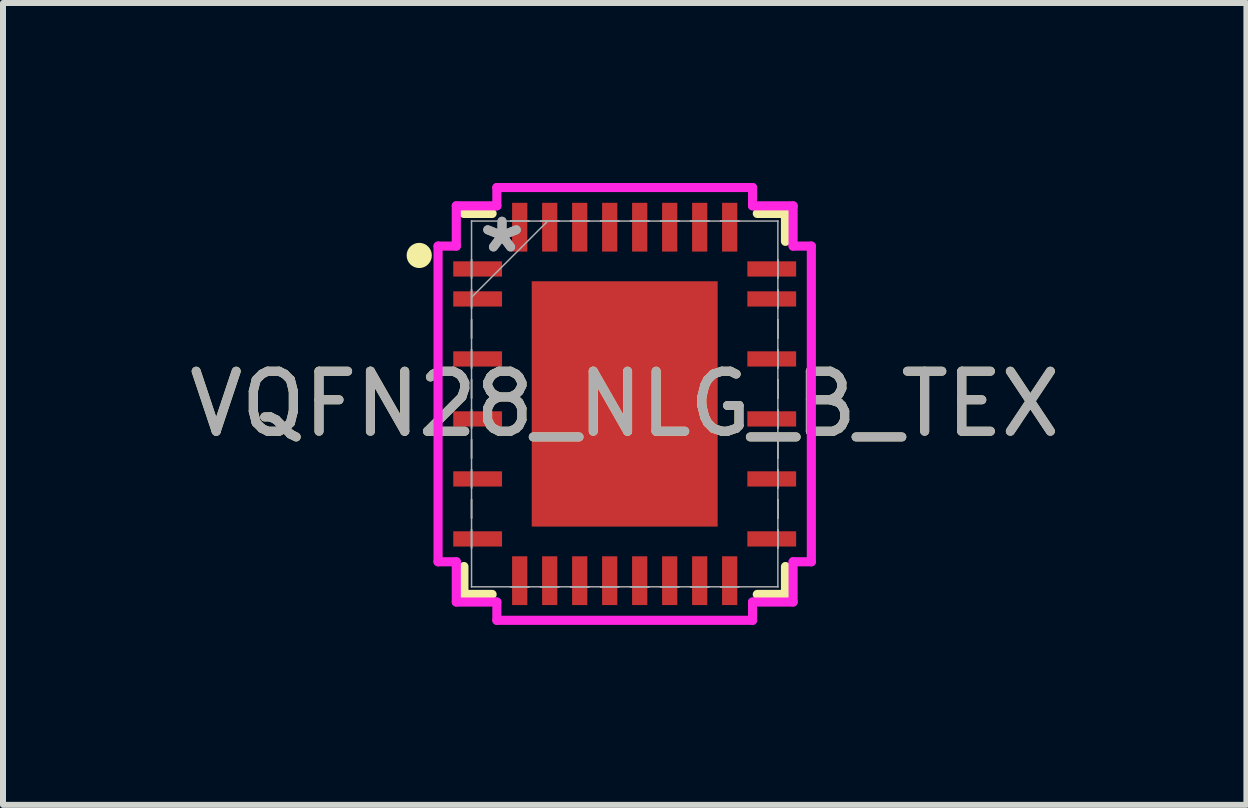
<source format=kicad_pcb>
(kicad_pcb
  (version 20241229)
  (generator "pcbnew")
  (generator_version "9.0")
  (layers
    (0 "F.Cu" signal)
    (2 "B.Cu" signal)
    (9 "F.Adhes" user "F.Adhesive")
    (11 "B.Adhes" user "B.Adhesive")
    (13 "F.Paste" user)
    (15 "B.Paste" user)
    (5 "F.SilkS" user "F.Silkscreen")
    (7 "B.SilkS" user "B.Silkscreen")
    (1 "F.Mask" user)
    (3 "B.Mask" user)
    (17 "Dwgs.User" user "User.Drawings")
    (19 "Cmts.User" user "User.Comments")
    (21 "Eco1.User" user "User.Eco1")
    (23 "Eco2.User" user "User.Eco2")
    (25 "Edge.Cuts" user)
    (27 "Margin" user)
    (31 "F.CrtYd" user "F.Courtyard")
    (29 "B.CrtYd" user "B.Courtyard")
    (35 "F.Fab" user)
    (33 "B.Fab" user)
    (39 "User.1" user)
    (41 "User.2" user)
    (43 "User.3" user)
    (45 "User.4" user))
  (footprint "VQFN28_NLG_B_TEX"
    (layer "F.Cu")
    (at 7.363 3.683)
    (property "Reference" "VQFN28_NLG_B_TEX" (at 0 0 0) (unlocked yes) (layer "F.SilkS") (effects (font (size 1 1) (thickness 0.15))))
    (attr smd)
    (fp_line (start -2.68 2.71) (end -2.68 3.175) (stroke (width 0.152) (type solid)) (layer "F.SilkS"))
    (fp_line (start -2.68 3.175) (end -2.21 3.175) (stroke (width 0.152) (type solid)) (layer "F.SilkS"))
    (fp_line (start -2.21 -3.175) (end -2.68 -3.175) (stroke (width 0.152) (type solid)) (layer "F.SilkS"))
    (fp_line (start 2.21 3.175) (end 2.68 3.175) (stroke (width 0.152) (type solid)) (layer "F.SilkS"))
    (fp_line (start 2.68 -3.175) (end 2.21 -3.175) (stroke (width 0.152) (type solid)) (layer "F.SilkS"))
    (fp_line (start 2.68 -2.71) (end 2.68 -3.175) (stroke (width 0.152) (type solid)) (layer "F.SilkS"))
    (fp_line (start 2.68 3.175) (end 2.68 2.71) (stroke (width 0.152) (type solid)) (layer "F.SilkS"))
    (fp_circle (center -3.425 -2.475) (end -3.275 -2.475) (stroke (width 0.12) (type solid)) (fill yes) (layer "F.SilkS"))
    (fp_poly (pts (xy -1.449 -1.945) (xy -1.449 -0.782) (xy -0.1 -0.782) (xy -0.1 -1.945)) (stroke (width 0) (type solid)) (fill yes) (layer "F.Paste"))
    (fp_poly (pts (xy -1.449 -0.582) (xy -1.449 0.582) (xy -0.1 0.582) (xy -0.1 -0.582)) (stroke (width 0) (type solid)) (fill yes) (layer "F.Paste"))
    (fp_poly (pts (xy -1.449 0.782) (xy -1.449 1.945) (xy -0.1 1.945) (xy -0.1 0.782)) (stroke (width 0) (type solid)) (fill yes) (layer "F.Paste"))
    (fp_poly (pts (xy 0.1 -1.945) (xy 0.1 -0.782) (xy 1.449 -0.782) (xy 1.449 -1.945)) (stroke (width 0) (type solid)) (fill yes) (layer "F.Paste"))
    (fp_poly (pts (xy 0.1 -0.582) (xy 0.1 0.582) (xy 1.449 0.582) (xy 1.449 -0.582)) (stroke (width 0) (type solid)) (fill yes) (layer "F.Paste"))
    (fp_poly (pts (xy 0.1 0.782) (xy 0.1 1.945) (xy 1.449 1.945) (xy 1.449 0.782)) (stroke (width 0) (type solid)) (fill yes) (layer "F.Paste"))
    (fp_line (start -3.111 -2.631) (end -2.807 -2.631) (stroke (width 0.152) (type solid)) (layer "F.CrtYd"))
    (fp_line (start -3.111 2.631) (end -3.111 -2.631) (stroke (width 0.152) (type solid)) (layer "F.CrtYd"))
    (fp_line (start -2.807 -3.302) (end -2.131 -3.302) (stroke (width 0.152) (type solid)) (layer "F.CrtYd"))
    (fp_line (start -2.807 -2.631) (end -2.807 -3.302) (stroke (width 0.152) (type solid)) (layer "F.CrtYd"))
    (fp_line (start -2.807 2.631) (end -3.111 2.631) (stroke (width 0.152) (type solid)) (layer "F.CrtYd"))
    (fp_line (start -2.807 3.302) (end -2.807 2.631) (stroke (width 0.152) (type solid)) (layer "F.CrtYd"))
    (fp_line (start -2.131 -3.607) (end 2.131 -3.607) (stroke (width 0.152) (type solid)) (layer "F.CrtYd"))
    (fp_line (start -2.131 -3.302) (end -2.131 -3.607) (stroke (width 0.152) (type solid)) (layer "F.CrtYd"))
    (fp_line (start -2.131 3.302) (end -2.807 3.302) (stroke (width 0.152) (type solid)) (layer "F.CrtYd"))
    (fp_line (start -2.131 3.607) (end -2.131 3.302) (stroke (width 0.152) (type solid)) (layer "F.CrtYd"))
    (fp_line (start 2.131 -3.607) (end 2.131 -3.302) (stroke (width 0.152) (type solid)) (layer "F.CrtYd"))
    (fp_line (start 2.131 -3.302) (end 2.807 -3.302) (stroke (width 0.152) (type solid)) (layer "F.CrtYd"))
    (fp_line (start 2.131 3.302) (end 2.131 3.607) (stroke (width 0.152) (type solid)) (layer "F.CrtYd"))
    (fp_line (start 2.131 3.607) (end -2.131 3.607) (stroke (width 0.152) (type solid)) (layer "F.CrtYd"))
    (fp_line (start 2.807 -3.302) (end 2.807 -2.631) (stroke (width 0.152) (type solid)) (layer "F.CrtYd"))
    (fp_line (start 2.807 -2.631) (end 3.111 -2.631) (stroke (width 0.152) (type solid)) (layer "F.CrtYd"))
    (fp_line (start 2.807 2.631) (end 2.807 3.302) (stroke (width 0.152) (type solid)) (layer "F.CrtYd"))
    (fp_line (start 2.807 3.302) (end 2.131 3.302) (stroke (width 0.152) (type solid)) (layer "F.CrtYd"))
    (fp_line (start 3.111 -2.631) (end 3.111 2.631) (stroke (width 0.152) (type solid)) (layer "F.CrtYd"))
    (fp_line (start 3.111 2.631) (end 2.807 2.631) (stroke (width 0.152) (type solid)) (layer "F.CrtYd"))
    (fp_line (start -2.553 -3.048) (end -2.553 -3.048) (stroke (width 0.025) (type solid)) (layer "F.Fab"))
    (fp_line (start -2.553 -3.048) (end -2.553 3.048) (stroke (width 0.025) (type solid)) (layer "F.Fab"))
    (fp_line (start -2.553 -2.402) (end -2.553 -2.402) (stroke (width 0.025) (type solid)) (layer "F.Fab"))
    (fp_line (start -2.553 -2.402) (end -2.553 -2.098) (stroke (width 0.025) (type solid)) (layer "F.Fab"))
    (fp_line (start -2.553 -2.098) (end -2.553 -2.402) (stroke (width 0.025) (type solid)) (layer "F.Fab"))
    (fp_line (start -2.553 -2.098) (end -2.553 -2.098) (stroke (width 0.025) (type solid)) (layer "F.Fab"))
    (fp_line (start -2.553 -1.902) (end -2.553 -1.902) (stroke (width 0.025) (type solid)) (layer "F.Fab"))
    (fp_line (start -2.553 -1.902) (end -2.553 -1.598) (stroke (width 0.025) (type solid)) (layer "F.Fab"))
    (fp_line (start -2.553 -1.778) (end -1.283 -3.048) (stroke (width 0.025) (type solid)) (layer "F.Fab"))
    (fp_line (start -2.553 -1.598) (end -2.553 -1.902) (stroke (width 0.025) (type solid)) (layer "F.Fab"))
    (fp_line (start -2.553 -1.598) (end -2.553 -1.598) (stroke (width 0.025) (type solid)) (layer "F.Fab"))
    (fp_line (start -2.553 -1.402) (end -2.553 -1.402) (stroke (width 0.025) (type solid)) (layer "F.Fab"))
    (fp_line (start -2.553 -1.402) (end -2.553 -1.098) (stroke (width 0.025) (type solid)) (layer "F.Fab"))
    (fp_line (start -2.553 -1.098) (end -2.553 -1.402) (stroke (width 0.025) (type solid)) (layer "F.Fab"))
    (fp_line (start -2.553 -1.098) (end -2.553 -1.098) (stroke (width 0.025) (type solid)) (layer "F.Fab"))
    (fp_line (start -2.553 -0.902) (end -2.553 -0.902) (stroke (width 0.025) (type solid)) (layer "F.Fab"))
    (fp_line (start -2.553 -0.902) (end -2.553 -0.598) (stroke (width 0.025) (type solid)) (layer "F.Fab"))
    (fp_line (start -2.553 -0.598) (end -2.553 -0.902) (stroke (width 0.025) (type solid)) (layer "F.Fab"))
    (fp_line (start -2.553 -0.598) (end -2.553 -0.598) (stroke (width 0.025) (type solid)) (layer "F.Fab"))
    (fp_line (start -2.553 -0.402) (end -2.553 -0.402) (stroke (width 0.025) (type solid)) (layer "F.Fab"))
    (fp_line (start -2.553 -0.402) (end -2.553 -0.098) (stroke (width 0.025) (type solid)) (layer "F.Fab"))
    (fp_line (start -2.553 -0.098) (end -2.553 -0.402) (stroke (width 0.025) (type solid)) (layer "F.Fab"))
    (fp_line (start -2.553 -0.098) (end -2.553 -0.098) (stroke (width 0.025) (type solid)) (layer "F.Fab"))
    (fp_line (start -2.553 0.098) (end -2.553 0.098) (stroke (width 0.025) (type solid)) (layer "F.Fab"))
    (fp_line (start -2.553 0.098) (end -2.553 0.402) (stroke (width 0.025) (type solid)) (layer "F.Fab"))
    (fp_line (start -2.553 0.402) (end -2.553 0.098) (stroke (width 0.025) (type solid)) (layer "F.Fab"))
    (fp_line (start -2.553 0.402) (end -2.553 0.402) (stroke (width 0.025) (type solid)) (layer "F.Fab"))
    (fp_line (start -2.553 0.598) (end -2.553 0.598) (stroke (width 0.025) (type solid)) (layer "F.Fab"))
    (fp_line (start -2.553 0.598) (end -2.553 0.902) (stroke (width 0.025) (type solid)) (layer "F.Fab"))
    (fp_line (start -2.553 0.902) (end -2.553 0.598) (stroke (width 0.025) (type solid)) (layer "F.Fab"))
    (fp_line (start -2.553 0.902) (end -2.553 0.902) (stroke (width 0.025) (type solid)) (layer "F.Fab"))
    (fp_line (start -2.553 1.098) (end -2.553 1.098) (stroke (width 0.025) (type solid)) (layer "F.Fab"))
    (fp_line (start -2.553 1.098) (end -2.553 1.402) (stroke (width 0.025) (type solid)) (layer "F.Fab"))
    (fp_line (start -2.553 1.402) (end -2.553 1.098) (stroke (width 0.025) (type solid)) (layer "F.Fab"))
    (fp_line (start -2.553 1.402) (end -2.553 1.402) (stroke (width 0.025) (type solid)) (layer "F.Fab"))
    (fp_line (start -2.553 1.598) (end -2.553 1.598) (stroke (width 0.025) (type solid)) (layer "F.Fab"))
    (fp_line (start -2.553 1.598) (end -2.553 1.902) (stroke (width 0.025) (type solid)) (layer "F.Fab"))
    (fp_line (start -2.553 1.902) (end -2.553 1.598) (stroke (width 0.025) (type solid)) (layer "F.Fab"))
    (fp_line (start -2.553 1.902) (end -2.553 1.902) (stroke (width 0.025) (type solid)) (layer "F.Fab"))
    (fp_line (start -2.553 2.098) (end -2.553 2.098) (stroke (width 0.025) (type solid)) (layer "F.Fab"))
    (fp_line (start -2.553 2.098) (end -2.553 2.402) (stroke (width 0.025) (type solid)) (layer "F.Fab"))
    (fp_line (start -2.553 2.402) (end -2.553 2.098) (stroke (width 0.025) (type solid)) (layer "F.Fab"))
    (fp_line (start -2.553 2.402) (end -2.553 2.402) (stroke (width 0.025) (type solid)) (layer "F.Fab"))
    (fp_line (start -2.553 3.048) (end -2.553 3.048) (stroke (width 0.025) (type solid)) (layer "F.Fab"))
    (fp_line (start -2.553 3.048) (end 2.553 3.048) (stroke (width 0.025) (type solid)) (layer "F.Fab"))
    (fp_line (start -1.902 -3.048) (end -1.902 -3.048) (stroke (width 0.025) (type solid)) (layer "F.Fab"))
    (fp_line (start -1.902 -3.048) (end -1.598 -3.048) (stroke (width 0.025) (type solid)) (layer "F.Fab"))
    (fp_line (start -1.902 3.048) (end -1.902 3.048) (stroke (width 0.025) (type solid)) (layer "F.Fab"))
    (fp_line (start -1.902 3.048) (end -1.598 3.048) (stroke (width 0.025) (type solid)) (layer "F.Fab"))
    (fp_line (start -1.598 -3.048) (end -1.902 -3.048) (stroke (width 0.025) (type solid)) (layer "F.Fab"))
    (fp_line (start -1.598 -3.048) (end -1.598 -3.048) (stroke (width 0.025) (type solid)) (layer "F.Fab"))
    (fp_line (start -1.598 3.048) (end -1.902 3.048) (stroke (width 0.025) (type solid)) (layer "F.Fab"))
    (fp_line (start -1.598 3.048) (end -1.598 3.048) (stroke (width 0.025) (type solid)) (layer "F.Fab"))
    (fp_line (start -1.402 -3.048) (end -1.402 -3.048) (stroke (width 0.025) (type solid)) (layer "F.Fab"))
    (fp_line (start -1.402 -3.048) (end -1.098 -3.048) (stroke (width 0.025) (type solid)) (layer "F.Fab"))
    (fp_line (start -1.402 3.048) (end -1.402 3.048) (stroke (width 0.025) (type solid)) (layer "F.Fab"))
    (fp_line (start -1.402 3.048) (end -1.098 3.048) (stroke (width 0.025) (type solid)) (layer "F.Fab"))
    (fp_line (start -1.098 -3.048) (end -1.402 -3.048) (stroke (width 0.025) (type solid)) (layer "F.Fab"))
    (fp_line (start -1.098 -3.048) (end -1.098 -3.048) (stroke (width 0.025) (type solid)) (layer "F.Fab"))
    (fp_line (start -1.098 3.048) (end -1.402 3.048) (stroke (width 0.025) (type solid)) (layer "F.Fab"))
    (fp_line (start -1.098 3.048) (end -1.098 3.048) (stroke (width 0.025) (type solid)) (layer "F.Fab"))
    (fp_line (start -0.902 -3.048) (end -0.902 -3.048) (stroke (width 0.025) (type solid)) (layer "F.Fab"))
    (fp_line (start -0.902 -3.048) (end -0.598 -3.048) (stroke (width 0.025) (type solid)) (layer "F.Fab"))
    (fp_line (start -0.902 3.048) (end -0.902 3.048) (stroke (width 0.025) (type solid)) (layer "F.Fab"))
    (fp_line (start -0.902 3.048) (end -0.598 3.048) (stroke (width 0.025) (type solid)) (layer "F.Fab"))
    (fp_line (start -0.598 -3.048) (end -0.902 -3.048) (stroke (width 0.025) (type solid)) (layer "F.Fab"))
    (fp_line (start -0.598 -3.048) (end -0.598 -3.048) (stroke (width 0.025) (type solid)) (layer "F.Fab"))
    (fp_line (start -0.598 3.048) (end -0.902 3.048) (stroke (width 0.025) (type solid)) (layer "F.Fab"))
    (fp_line (start -0.598 3.048) (end -0.598 3.048) (stroke (width 0.025) (type solid)) (layer "F.Fab"))
    (fp_line (start -0.402 -3.048) (end -0.402 -3.048) (stroke (width 0.025) (type solid)) (layer "F.Fab"))
    (fp_line (start -0.402 -3.048) (end -0.098 -3.048) (stroke (width 0.025) (type solid)) (layer "F.Fab"))
    (fp_line (start -0.402 3.048) (end -0.402 3.048) (stroke (width 0.025) (type solid)) (layer "F.Fab"))
    (fp_line (start -0.402 3.048) (end -0.098 3.048) (stroke (width 0.025) (type solid)) (layer "F.Fab"))
    (fp_line (start -0.098 -3.048) (end -0.402 -3.048) (stroke (width 0.025) (type solid)) (layer "F.Fab"))
    (fp_line (start -0.098 -3.048) (end -0.098 -3.048) (stroke (width 0.025) (type solid)) (layer "F.Fab"))
    (fp_line (start -0.098 3.048) (end -0.402 3.048) (stroke (width 0.025) (type solid)) (layer "F.Fab"))
    (fp_line (start -0.098 3.048) (end -0.098 3.048) (stroke (width 0.025) (type solid)) (layer "F.Fab"))
    (fp_line (start 0.098 -3.048) (end 0.098 -3.048) (stroke (width 0.025) (type solid)) (layer "F.Fab"))
    (fp_line (start 0.098 -3.048) (end 0.402 -3.048) (stroke (width 0.025) (type solid)) (layer "F.Fab"))
    (fp_line (start 0.098 3.048) (end 0.098 3.048) (stroke (width 0.025) (type solid)) (layer "F.Fab"))
    (fp_line (start 0.098 3.048) (end 0.402 3.048) (stroke (width 0.025) (type solid)) (layer "F.Fab"))
    (fp_line (start 0.402 -3.048) (end 0.098 -3.048) (stroke (width 0.025) (type solid)) (layer "F.Fab"))
    (fp_line (start 0.402 -3.048) (end 0.402 -3.048) (stroke (width 0.025) (type solid)) (layer "F.Fab"))
    (fp_line (start 0.402 3.048) (end 0.098 3.048) (stroke (width 0.025) (type solid)) (layer "F.Fab"))
    (fp_line (start 0.402 3.048) (end 0.402 3.048) (stroke (width 0.025) (type solid)) (layer "F.Fab"))
    (fp_line (start 0.598 -3.048) (end 0.598 -3.048) (stroke (width 0.025) (type solid)) (layer "F.Fab"))
    (fp_line (start 0.598 -3.048) (end 0.902 -3.048) (stroke (width 0.025) (type solid)) (layer "F.Fab"))
    (fp_line (start 0.598 3.048) (end 0.598 3.048) (stroke (width 0.025) (type solid)) (layer "F.Fab"))
    (fp_line (start 0.598 3.048) (end 0.902 3.048) (stroke (width 0.025) (type solid)) (layer "F.Fab"))
    (fp_line (start 0.902 -3.048) (end 0.598 -3.048) (stroke (width 0.025) (type solid)) (layer "F.Fab"))
    (fp_line (start 0.902 -3.048) (end 0.902 -3.048) (stroke (width 0.025) (type solid)) (layer "F.Fab"))
    (fp_line (start 0.902 3.048) (end 0.598 3.048) (stroke (width 0.025) (type solid)) (layer "F.Fab"))
    (fp_line (start 0.902 3.048) (end 0.902 3.048) (stroke (width 0.025) (type solid)) (layer "F.Fab"))
    (fp_line (start 1.098 -3.048) (end 1.098 -3.048) (stroke (width 0.025) (type solid)) (layer "F.Fab"))
    (fp_line (start 1.098 -3.048) (end 1.402 -3.048) (stroke (width 0.025) (type solid)) (layer "F.Fab"))
    (fp_line (start 1.098 3.048) (end 1.098 3.048) (stroke (width 0.025) (type solid)) (layer "F.Fab"))
    (fp_line (start 1.098 3.048) (end 1.402 3.048) (stroke (width 0.025) (type solid)) (layer "F.Fab"))
    (fp_line (start 1.402 -3.048) (end 1.098 -3.048) (stroke (width 0.025) (type solid)) (layer "F.Fab"))
    (fp_line (start 1.402 -3.048) (end 1.402 -3.048) (stroke (width 0.025) (type solid)) (layer "F.Fab"))
    (fp_line (start 1.402 3.048) (end 1.098 3.048) (stroke (width 0.025) (type solid)) (layer "F.Fab"))
    (fp_line (start 1.402 3.048) (end 1.402 3.048) (stroke (width 0.025) (type solid)) (layer "F.Fab"))
    (fp_line (start 1.598 -3.048) (end 1.598 -3.048) (stroke (width 0.025) (type solid)) (layer "F.Fab"))
    (fp_line (start 1.598 -3.048) (end 1.902 -3.048) (stroke (width 0.025) (type solid)) (layer "F.Fab"))
    (fp_line (start 1.598 3.048) (end 1.598 3.048) (stroke (width 0.025) (type solid)) (layer "F.Fab"))
    (fp_line (start 1.598 3.048) (end 1.902 3.048) (stroke (width 0.025) (type solid)) (layer "F.Fab"))
    (fp_line (start 1.902 -3.048) (end 1.598 -3.048) (stroke (width 0.025) (type solid)) (layer "F.Fab"))
    (fp_line (start 1.902 -3.048) (end 1.902 -3.048) (stroke (width 0.025) (type solid)) (layer "F.Fab"))
    (fp_line (start 1.902 3.048) (end 1.598 3.048) (stroke (width 0.025) (type solid)) (layer "F.Fab"))
    (fp_line (start 1.902 3.048) (end 1.902 3.048) (stroke (width 0.025) (type solid)) (layer "F.Fab"))
    (fp_line (start 2.553 -3.048) (end -2.553 -3.048) (stroke (width 0.025) (type solid)) (layer "F.Fab"))
    (fp_line (start 2.553 -3.048) (end 2.553 -3.048) (stroke (width 0.025) (type solid)) (layer "F.Fab"))
    (fp_line (start 2.553 -2.402) (end 2.553 -2.402) (stroke (width 0.025) (type solid)) (layer "F.Fab"))
    (fp_line (start 2.553 -2.402) (end 2.553 -2.098) (stroke (width 0.025) (type solid)) (layer "F.Fab"))
    (fp_line (start 2.553 -2.098) (end 2.553 -2.402) (stroke (width 0.025) (type solid)) (layer "F.Fab"))
    (fp_line (start 2.553 -2.098) (end 2.553 -2.098) (stroke (width 0.025) (type solid)) (layer "F.Fab"))
    (fp_line (start 2.553 -1.902) (end 2.553 -1.902) (stroke (width 0.025) (type solid)) (layer "F.Fab"))
    (fp_line (start 2.553 -1.902) (end 2.553 -1.598) (stroke (width 0.025) (type solid)) (layer "F.Fab"))
    (fp_line (start 2.553 -1.598) (end 2.553 -1.902) (stroke (width 0.025) (type solid)) (layer "F.Fab"))
    (fp_line (start 2.553 -1.598) (end 2.553 -1.598) (stroke (width 0.025) (type solid)) (layer "F.Fab"))
    (fp_line (start 2.553 -1.402) (end 2.553 -1.402) (stroke (width 0.025) (type solid)) (layer "F.Fab"))
    (fp_line (start 2.553 -1.402) (end 2.553 -1.098) (stroke (width 0.025) (type solid)) (layer "F.Fab"))
    (fp_line (start 2.553 -1.098) (end 2.553 -1.402) (stroke (width 0.025) (type solid)) (layer "F.Fab"))
    (fp_line (start 2.553 -1.098) (end 2.553 -1.098) (stroke (width 0.025) (type solid)) (layer "F.Fab"))
    (fp_line (start 2.553 -0.902) (end 2.553 -0.902) (stroke (width 0.025) (type solid)) (layer "F.Fab"))
    (fp_line (start 2.553 -0.902) (end 2.553 -0.598) (stroke (width 0.025) (type solid)) (layer "F.Fab"))
    (fp_line (start 2.553 -0.598) (end 2.553 -0.902) (stroke (width 0.025) (type solid)) (layer "F.Fab"))
    (fp_line (start 2.553 -0.598) (end 2.553 -0.598) (stroke (width 0.025) (type solid)) (layer "F.Fab"))
    (fp_line (start 2.553 -0.402) (end 2.553 -0.402) (stroke (width 0.025) (type solid)) (layer "F.Fab"))
    (fp_line (start 2.553 -0.402) (end 2.553 -0.098) (stroke (width 0.025) (type solid)) (layer "F.Fab"))
    (fp_line (start 2.553 -0.098) (end 2.553 -0.402) (stroke (width 0.025) (type solid)) (layer "F.Fab"))
    (fp_line (start 2.553 -0.098) (end 2.553 -0.098) (stroke (width 0.025) (type solid)) (layer "F.Fab"))
    (fp_line (start 2.553 0.098) (end 2.553 0.098) (stroke (width 0.025) (type solid)) (layer "F.Fab"))
    (fp_line (start 2.553 0.098) (end 2.553 0.402) (stroke (width 0.025) (type solid)) (layer "F.Fab"))
    (fp_line (start 2.553 0.402) (end 2.553 0.098) (stroke (width 0.025) (type solid)) (layer "F.Fab"))
    (fp_line (start 2.553 0.402) (end 2.553 0.402) (stroke (width 0.025) (type solid)) (layer "F.Fab"))
    (fp_line (start 2.553 0.598) (end 2.553 0.598) (stroke (width 0.025) (type solid)) (layer "F.Fab"))
    (fp_line (start 2.553 0.598) (end 2.553 0.902) (stroke (width 0.025) (type solid)) (layer "F.Fab"))
    (fp_line (start 2.553 0.902) (end 2.553 0.598) (stroke (width 0.025) (type solid)) (layer "F.Fab"))
    (fp_line (start 2.553 0.902) (end 2.553 0.902) (stroke (width 0.025) (type solid)) (layer "F.Fab"))
    (fp_line (start 2.553 1.098) (end 2.553 1.098) (stroke (width 0.025) (type solid)) (layer "F.Fab"))
    (fp_line (start 2.553 1.098) (end 2.553 1.402) (stroke (width 0.025) (type solid)) (layer "F.Fab"))
    (fp_line (start 2.553 1.402) (end 2.553 1.098) (stroke (width 0.025) (type solid)) (layer "F.Fab"))
    (fp_line (start 2.553 1.402) (end 2.553 1.402) (stroke (width 0.025) (type solid)) (layer "F.Fab"))
    (fp_line (start 2.553 1.598) (end 2.553 1.598) (stroke (width 0.025) (type solid)) (layer "F.Fab"))
    (fp_line (start 2.553 1.598) (end 2.553 1.902) (stroke (width 0.025) (type solid)) (layer "F.Fab"))
    (fp_line (start 2.553 1.902) (end 2.553 1.598) (stroke (width 0.025) (type solid)) (layer "F.Fab"))
    (fp_line (start 2.553 1.902) (end 2.553 1.902) (stroke (width 0.025) (type solid)) (layer "F.Fab"))
    (fp_line (start 2.553 2.098) (end 2.553 2.098) (stroke (width 0.025) (type solid)) (layer "F.Fab"))
    (fp_line (start 2.553 2.098) (end 2.553 2.402) (stroke (width 0.025) (type solid)) (layer "F.Fab"))
    (fp_line (start 2.553 2.402) (end 2.553 2.098) (stroke (width 0.025) (type solid)) (layer "F.Fab"))
    (fp_line (start 2.553 2.402) (end 2.553 2.402) (stroke (width 0.025) (type solid)) (layer "F.Fab"))
    (fp_line (start 2.553 3.048) (end 2.553 -3.048) (stroke (width 0.025) (type solid)) (layer "F.Fab"))
    (fp_line (start 2.553 3.048) (end 2.553 3.048) (stroke (width 0.025) (type solid)) (layer "F.Fab"))
    (fp_text user "*" (at -2.045 -2.5 0) (unlocked yes) (layer "F.Fab") (effects (font (size 1 1) (thickness 0.15))))
    (fp_text user "*" (at -2.045 -2.5 0) (layer "F.Fab") (effects (font (size 1 1) (thickness 0.15))))
    (fp_text user "${REFERENCE}" (at 0 0 0) (unlocked yes) (layer "F.Fab") (effects (font (size 1 1) (thickness 0.15))))
    (pad "1" smd rect (at -2.451 -2.25 90) (size 0.254 0.813) (layers "F.Cu" "F.Mask" "F.Paste"))
    (pad "2" smd rect (at -2.451 -1.75 90) (size 0.254 0.813) (layers "F.Cu" "F.Mask" "F.Paste"))
    (pad "3" smd rect (at -2.451 -0.75 90) (size 0.254 0.813) (layers "F.Cu" "F.Mask" "F.Paste"))
    (pad "4" smd rect (at -2.451 0.25 90) (size 0.254 0.813) (layers "F.Cu" "F.Mask" "F.Paste"))
    (pad "5" smd rect (at -2.451 1.25 90) (size 0.254 0.813) (layers "F.Cu" "F.Mask" "F.Paste"))
    (pad "6" smd rect (at -2.451 2.25 90) (size 0.254 0.813) (layers "F.Cu" "F.Mask" "F.Paste"))
    (pad "7" smd rect (at -1.75 2.946) (size 0.254 0.813) (layers "F.Cu" "F.Mask" "F.Paste"))
    (pad "8" smd rect (at -1.25 2.946) (size 0.254 0.813) (layers "F.Cu" "F.Mask" "F.Paste"))
    (pad "9" smd rect (at -0.75 2.946) (size 0.254 0.813) (layers "F.Cu" "F.Mask" "F.Paste"))
    (pad "10" smd rect (at -0.25 2.946) (size 0.254 0.813) (layers "F.Cu" "F.Mask" "F.Paste"))
    (pad "11" smd rect (at 0.25 2.946) (size 0.254 0.813) (layers "F.Cu" "F.Mask" "F.Paste"))
    (pad "12" smd rect (at 0.75 2.946) (size 0.254 0.813) (layers "F.Cu" "F.Mask" "F.Paste"))
    (pad "13" smd rect (at 1.25 2.946) (size 0.254 0.813) (layers "F.Cu" "F.Mask" "F.Paste"))
    (pad "14" smd rect (at 1.75 2.946) (size 0.254 0.813) (layers "F.Cu" "F.Mask" "F.Paste"))
    (pad "15" smd rect (at 2.451 2.25 90) (size 0.254 0.813) (layers "F.Cu" "F.Mask" "F.Paste"))
    (pad "16" smd rect (at 2.451 1.25 90) (size 0.254 0.813) (layers "F.Cu" "F.Mask" "F.Paste"))
    (pad "17" smd rect (at 2.451 0.25 90) (size 0.254 0.813) (layers "F.Cu" "F.Mask" "F.Paste"))
    (pad "18" smd rect (at 2.451 -0.75 90) (size 0.254 0.813) (layers "F.Cu" "F.Mask" "F.Paste"))
    (pad "19" smd rect (at 2.451 -1.75 90) (size 0.254 0.813) (layers "F.Cu" "F.Mask" "F.Paste"))
    (pad "20" smd rect (at 2.451 -2.25 90) (size 0.254 0.813) (layers "F.Cu" "F.Mask" "F.Paste"))
    (pad "21" smd rect (at 1.75 -2.946) (size 0.254 0.813) (layers "F.Cu" "F.Mask" "F.Paste"))
    (pad "22" smd rect (at 1.25 -2.946) (size 0.254 0.813) (layers "F.Cu" "F.Mask" "F.Paste"))
    (pad "23" smd rect (at 0.75 -2.946) (size 0.254 0.813) (layers "F.Cu" "F.Mask" "F.Paste"))
    (pad "24" smd rect (at 0.25 -2.946) (size 0.254 0.813) (layers "F.Cu" "F.Mask" "F.Paste"))
    (pad "25" smd rect (at -0.25 -2.946) (size 0.254 0.813) (layers "F.Cu" "F.Mask" "F.Paste"))
    (pad "26" smd rect (at -0.75 -2.946) (size 0.254 0.813) (layers "F.Cu" "F.Mask" "F.Paste"))
    (pad "27" smd rect (at -1.25 -2.946) (size 0.254 0.813) (layers "F.Cu" "F.Mask" "F.Paste"))
    (pad "28" smd rect (at -1.75 -2.946) (size 0.254 0.813) (layers "F.Cu" "F.Mask" "F.Paste"))
    (pad "29" smd rect (at 0 0) (size 3.099 4.089) (layers "F.Cu" "F.Mask" "F.Paste")))
  (gr_rect
    (start -3 -3)
    (end 17.726 10.366)
    (stroke (width 0.1) (type default))
    (fill no)
    (layer "Edge.Cuts")))
</source>
